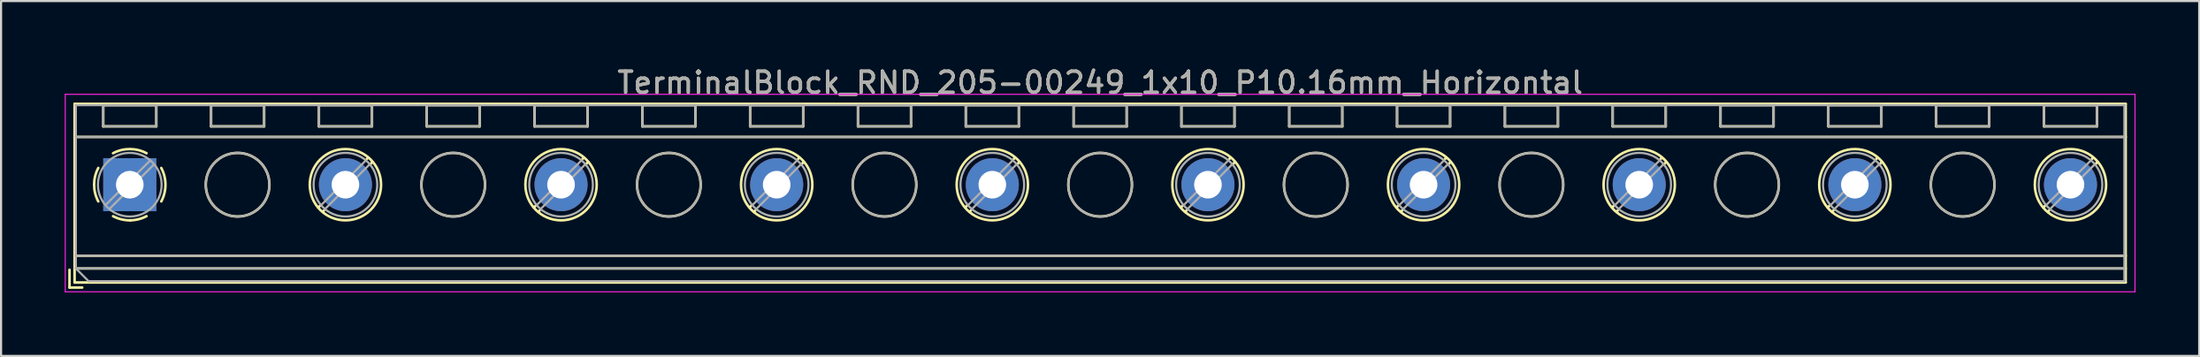
<source format=kicad_pcb>
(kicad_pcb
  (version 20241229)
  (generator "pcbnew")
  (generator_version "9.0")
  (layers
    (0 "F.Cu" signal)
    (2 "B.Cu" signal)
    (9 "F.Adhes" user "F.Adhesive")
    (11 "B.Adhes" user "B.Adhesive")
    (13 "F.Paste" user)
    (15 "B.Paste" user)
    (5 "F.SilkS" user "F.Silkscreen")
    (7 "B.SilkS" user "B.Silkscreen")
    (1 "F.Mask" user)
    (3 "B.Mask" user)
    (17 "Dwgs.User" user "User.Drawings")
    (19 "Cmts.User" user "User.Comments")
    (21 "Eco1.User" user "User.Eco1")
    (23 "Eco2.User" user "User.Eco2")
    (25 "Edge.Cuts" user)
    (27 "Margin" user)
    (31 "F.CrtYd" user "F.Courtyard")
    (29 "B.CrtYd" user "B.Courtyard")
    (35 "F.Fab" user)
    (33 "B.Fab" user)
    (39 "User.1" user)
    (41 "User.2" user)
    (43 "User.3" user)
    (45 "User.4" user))
  (footprint "TerminalBlock_RND_205-00249_1x10_P10.16mm_Horizontal"
    (layer "F.Cu")
    (at 3.065 5.658)
    (property "Reference" "TerminalBlock_RND_205-00249_1x10_P10.16mm_Horizontal" (at 45.72 -4.81 0) (layer "F.SilkS") (effects (font (size 1 1) (thickness 0.15))))
    (attr through_hole)
    (fp_line (start -2.84 4.01) (end -2.84 4.85) (stroke (width 0.12) (type solid)) (layer "F.SilkS"))
    (fp_line (start -2.84 4.85) (end -2.24 4.85) (stroke (width 0.12) (type solid)) (layer "F.SilkS"))
    (fp_line (start -2.6 -3.811) (end -2.6 4.61) (stroke (width 0.12) (type solid)) (layer "F.SilkS"))
    (fp_line (start -2.6 -3.811) (end 94.04 -3.811) (stroke (width 0.12) (type solid)) (layer "F.SilkS"))
    (fp_line (start -2.6 -2.251) (end 94.04 -2.251) (stroke (width 0.12) (type solid)) (layer "F.SilkS"))
    (fp_line (start -2.6 3.35) (end 94.04 3.35) (stroke (width 0.12) (type solid)) (layer "F.SilkS"))
    (fp_line (start -2.6 3.95) (end 94.04 3.95) (stroke (width 0.12) (type solid)) (layer "F.SilkS"))
    (fp_line (start -2.6 4.61) (end 94.04 4.61) (stroke (width 0.12) (type solid)) (layer "F.SilkS"))
    (fp_line (start -1.25 -3.751) (end -1.25 -2.751) (stroke (width 0.12) (type solid)) (layer "F.SilkS"))
    (fp_line (start -1.25 -3.751) (end 1.25 -3.751) (stroke (width 0.12) (type solid)) (layer "F.SilkS"))
    (fp_line (start -1.25 -2.751) (end 1.25 -2.751) (stroke (width 0.12) (type solid)) (layer "F.SilkS"))
    (fp_line (start 1.25 -3.751) (end 1.25 -2.751) (stroke (width 0.12) (type solid)) (layer "F.SilkS"))
    (fp_line (start 3.83 -3.751) (end 3.83 -2.751) (stroke (width 0.12) (type solid)) (layer "F.SilkS"))
    (fp_line (start 3.83 -3.751) (end 6.33 -3.751) (stroke (width 0.12) (type solid)) (layer "F.SilkS"))
    (fp_line (start 3.83 -2.751) (end 6.33 -2.751) (stroke (width 0.12) (type solid)) (layer "F.SilkS"))
    (fp_line (start 6.33 -3.751) (end 6.33 -2.751) (stroke (width 0.12) (type solid)) (layer "F.SilkS"))
    (fp_line (start 8.91 -3.751) (end 8.91 -2.751) (stroke (width 0.12) (type solid)) (layer "F.SilkS"))
    (fp_line (start 8.91 -3.751) (end 11.41 -3.751) (stroke (width 0.12) (type solid)) (layer "F.SilkS"))
    (fp_line (start 8.91 -2.751) (end 11.41 -2.751) (stroke (width 0.12) (type solid)) (layer "F.SilkS"))
    (fp_line (start 8.98 0.976) (end 8.886 1.069) (stroke (width 0.12) (type solid)) (layer "F.SilkS"))
    (fp_line (start 9.15 1.216) (end 9.091 1.274) (stroke (width 0.12) (type solid)) (layer "F.SilkS"))
    (fp_line (start 11.23 -1.275) (end 11.171 -1.216) (stroke (width 0.12) (type solid)) (layer "F.SilkS"))
    (fp_line (start 11.41 -3.751) (end 11.41 -2.751) (stroke (width 0.12) (type solid)) (layer "F.SilkS"))
    (fp_line (start 11.435 -1.069) (end 11.341 -0.976) (stroke (width 0.12) (type solid)) (layer "F.SilkS"))
    (fp_line (start 13.99 -3.751) (end 13.99 -2.751) (stroke (width 0.12) (type solid)) (layer "F.SilkS"))
    (fp_line (start 13.99 -3.751) (end 16.49 -3.751) (stroke (width 0.12) (type solid)) (layer "F.SilkS"))
    (fp_line (start 13.99 -2.751) (end 16.49 -2.751) (stroke (width 0.12) (type solid)) (layer "F.SilkS"))
    (fp_line (start 16.49 -3.751) (end 16.49 -2.751) (stroke (width 0.12) (type solid)) (layer "F.SilkS"))
    (fp_line (start 19.07 -3.751) (end 19.07 -2.751) (stroke (width 0.12) (type solid)) (layer "F.SilkS"))
    (fp_line (start 19.07 -3.751) (end 21.57 -3.751) (stroke (width 0.12) (type solid)) (layer "F.SilkS"))
    (fp_line (start 19.07 -2.751) (end 21.57 -2.751) (stroke (width 0.12) (type solid)) (layer "F.SilkS"))
    (fp_line (start 19.14 0.976) (end 19.046 1.069) (stroke (width 0.12) (type solid)) (layer "F.SilkS"))
    (fp_line (start 19.31 1.216) (end 19.251 1.274) (stroke (width 0.12) (type solid)) (layer "F.SilkS"))
    (fp_line (start 21.39 -1.275) (end 21.331 -1.216) (stroke (width 0.12) (type solid)) (layer "F.SilkS"))
    (fp_line (start 21.57 -3.751) (end 21.57 -2.751) (stroke (width 0.12) (type solid)) (layer "F.SilkS"))
    (fp_line (start 21.595 -1.069) (end 21.501 -0.976) (stroke (width 0.12) (type solid)) (layer "F.SilkS"))
    (fp_line (start 24.15 -3.751) (end 24.15 -2.751) (stroke (width 0.12) (type solid)) (layer "F.SilkS"))
    (fp_line (start 24.15 -3.751) (end 26.65 -3.751) (stroke (width 0.12) (type solid)) (layer "F.SilkS"))
    (fp_line (start 24.15 -2.751) (end 26.65 -2.751) (stroke (width 0.12) (type solid)) (layer "F.SilkS"))
    (fp_line (start 26.65 -3.751) (end 26.65 -2.751) (stroke (width 0.12) (type solid)) (layer "F.SilkS"))
    (fp_line (start 29.23 -3.751) (end 29.23 -2.751) (stroke (width 0.12) (type solid)) (layer "F.SilkS"))
    (fp_line (start 29.23 -3.751) (end 31.73 -3.751) (stroke (width 0.12) (type solid)) (layer "F.SilkS"))
    (fp_line (start 29.23 -2.751) (end 31.73 -2.751) (stroke (width 0.12) (type solid)) (layer "F.SilkS"))
    (fp_line (start 29.3 0.976) (end 29.206 1.069) (stroke (width 0.12) (type solid)) (layer "F.SilkS"))
    (fp_line (start 29.47 1.216) (end 29.411 1.274) (stroke (width 0.12) (type solid)) (layer "F.SilkS"))
    (fp_line (start 31.55 -1.275) (end 31.491 -1.216) (stroke (width 0.12) (type solid)) (layer "F.SilkS"))
    (fp_line (start 31.73 -3.751) (end 31.73 -2.751) (stroke (width 0.12) (type solid)) (layer "F.SilkS"))
    (fp_line (start 31.755 -1.069) (end 31.661 -0.976) (stroke (width 0.12) (type solid)) (layer "F.SilkS"))
    (fp_line (start 34.31 -3.751) (end 34.31 -2.751) (stroke (width 0.12) (type solid)) (layer "F.SilkS"))
    (fp_line (start 34.31 -3.751) (end 36.81 -3.751) (stroke (width 0.12) (type solid)) (layer "F.SilkS"))
    (fp_line (start 34.31 -2.751) (end 36.81 -2.751) (stroke (width 0.12) (type solid)) (layer "F.SilkS"))
    (fp_line (start 36.81 -3.751) (end 36.81 -2.751) (stroke (width 0.12) (type solid)) (layer "F.SilkS"))
    (fp_line (start 39.39 -3.751) (end 39.39 -2.751) (stroke (width 0.12) (type solid)) (layer "F.SilkS"))
    (fp_line (start 39.39 -3.751) (end 41.89 -3.751) (stroke (width 0.12) (type solid)) (layer "F.SilkS"))
    (fp_line (start 39.39 -2.751) (end 41.89 -2.751) (stroke (width 0.12) (type solid)) (layer "F.SilkS"))
    (fp_line (start 39.46 0.976) (end 39.366 1.069) (stroke (width 0.12) (type solid)) (layer "F.SilkS"))
    (fp_line (start 39.63 1.216) (end 39.571 1.274) (stroke (width 0.12) (type solid)) (layer "F.SilkS"))
    (fp_line (start 41.71 -1.275) (end 41.651 -1.216) (stroke (width 0.12) (type solid)) (layer "F.SilkS"))
    (fp_line (start 41.89 -3.751) (end 41.89 -2.751) (stroke (width 0.12) (type solid)) (layer "F.SilkS"))
    (fp_line (start 41.915 -1.069) (end 41.821 -0.976) (stroke (width 0.12) (type solid)) (layer "F.SilkS"))
    (fp_line (start 44.47 -3.751) (end 44.47 -2.751) (stroke (width 0.12) (type solid)) (layer "F.SilkS"))
    (fp_line (start 44.47 -3.751) (end 46.97 -3.751) (stroke (width 0.12) (type solid)) (layer "F.SilkS"))
    (fp_line (start 44.47 -2.751) (end 46.97 -2.751) (stroke (width 0.12) (type solid)) (layer "F.SilkS"))
    (fp_line (start 46.97 -3.751) (end 46.97 -2.751) (stroke (width 0.12) (type solid)) (layer "F.SilkS"))
    (fp_line (start 49.55 -3.751) (end 49.55 -2.751) (stroke (width 0.12) (type solid)) (layer "F.SilkS"))
    (fp_line (start 49.55 -3.751) (end 52.05 -3.751) (stroke (width 0.12) (type solid)) (layer "F.SilkS"))
    (fp_line (start 49.55 -2.751) (end 52.05 -2.751) (stroke (width 0.12) (type solid)) (layer "F.SilkS"))
    (fp_line (start 49.62 0.976) (end 49.526 1.069) (stroke (width 0.12) (type solid)) (layer "F.SilkS"))
    (fp_line (start 49.79 1.216) (end 49.731 1.274) (stroke (width 0.12) (type solid)) (layer "F.SilkS"))
    (fp_line (start 51.87 -1.275) (end 51.811 -1.216) (stroke (width 0.12) (type solid)) (layer "F.SilkS"))
    (fp_line (start 52.05 -3.751) (end 52.05 -2.751) (stroke (width 0.12) (type solid)) (layer "F.SilkS"))
    (fp_line (start 52.075 -1.069) (end 51.981 -0.976) (stroke (width 0.12) (type solid)) (layer "F.SilkS"))
    (fp_line (start 54.63 -3.751) (end 54.63 -2.751) (stroke (width 0.12) (type solid)) (layer "F.SilkS"))
    (fp_line (start 54.63 -3.751) (end 57.13 -3.751) (stroke (width 0.12) (type solid)) (layer "F.SilkS"))
    (fp_line (start 54.63 -2.751) (end 57.13 -2.751) (stroke (width 0.12) (type solid)) (layer "F.SilkS"))
    (fp_line (start 57.13 -3.751) (end 57.13 -2.751) (stroke (width 0.12) (type solid)) (layer "F.SilkS"))
    (fp_line (start 59.71 -3.751) (end 59.71 -2.751) (stroke (width 0.12) (type solid)) (layer "F.SilkS"))
    (fp_line (start 59.71 -3.751) (end 62.21 -3.751) (stroke (width 0.12) (type solid)) (layer "F.SilkS"))
    (fp_line (start 59.71 -2.751) (end 62.21 -2.751) (stroke (width 0.12) (type solid)) (layer "F.SilkS"))
    (fp_line (start 59.78 0.976) (end 59.686 1.069) (stroke (width 0.12) (type solid)) (layer "F.SilkS"))
    (fp_line (start 59.95 1.216) (end 59.891 1.274) (stroke (width 0.12) (type solid)) (layer "F.SilkS"))
    (fp_line (start 62.03 -1.275) (end 61.971 -1.216) (stroke (width 0.12) (type solid)) (layer "F.SilkS"))
    (fp_line (start 62.21 -3.751) (end 62.21 -2.751) (stroke (width 0.12) (type solid)) (layer "F.SilkS"))
    (fp_line (start 62.235 -1.069) (end 62.141 -0.976) (stroke (width 0.12) (type solid)) (layer "F.SilkS"))
    (fp_line (start 64.791 -3.751) (end 64.791 -2.751) (stroke (width 0.12) (type solid)) (layer "F.SilkS"))
    (fp_line (start 64.791 -3.751) (end 67.29 -3.751) (stroke (width 0.12) (type solid)) (layer "F.SilkS"))
    (fp_line (start 64.791 -2.751) (end 67.29 -2.751) (stroke (width 0.12) (type solid)) (layer "F.SilkS"))
    (fp_line (start 67.29 -3.751) (end 67.29 -2.751) (stroke (width 0.12) (type solid)) (layer "F.SilkS"))
    (fp_line (start 69.87 -3.751) (end 69.87 -2.751) (stroke (width 0.12) (type solid)) (layer "F.SilkS"))
    (fp_line (start 69.87 -3.751) (end 72.37 -3.751) (stroke (width 0.12) (type solid)) (layer "F.SilkS"))
    (fp_line (start 69.87 -2.751) (end 72.37 -2.751) (stroke (width 0.12) (type solid)) (layer "F.SilkS"))
    (fp_line (start 69.94 0.976) (end 69.846 1.069) (stroke (width 0.12) (type solid)) (layer "F.SilkS"))
    (fp_line (start 70.11 1.216) (end 70.051 1.274) (stroke (width 0.12) (type solid)) (layer "F.SilkS"))
    (fp_line (start 72.19 -1.275) (end 72.131 -1.216) (stroke (width 0.12) (type solid)) (layer "F.SilkS"))
    (fp_line (start 72.37 -3.751) (end 72.37 -2.751) (stroke (width 0.12) (type solid)) (layer "F.SilkS"))
    (fp_line (start 72.395 -1.069) (end 72.301 -0.976) (stroke (width 0.12) (type solid)) (layer "F.SilkS"))
    (fp_line (start 74.95 -3.751) (end 74.95 -2.751) (stroke (width 0.12) (type solid)) (layer "F.SilkS"))
    (fp_line (start 74.95 -3.751) (end 77.45 -3.751) (stroke (width 0.12) (type solid)) (layer "F.SilkS"))
    (fp_line (start 74.95 -2.751) (end 77.45 -2.751) (stroke (width 0.12) (type solid)) (layer "F.SilkS"))
    (fp_line (start 77.45 -3.751) (end 77.45 -2.751) (stroke (width 0.12) (type solid)) (layer "F.SilkS"))
    (fp_line (start 80.03 -3.751) (end 80.03 -2.751) (stroke (width 0.12) (type solid)) (layer "F.SilkS"))
    (fp_line (start 80.03 -3.751) (end 82.53 -3.751) (stroke (width 0.12) (type solid)) (layer "F.SilkS"))
    (fp_line (start 80.03 -2.751) (end 82.53 -2.751) (stroke (width 0.12) (type solid)) (layer "F.SilkS"))
    (fp_line (start 80.1 0.976) (end 80.006 1.069) (stroke (width 0.12) (type solid)) (layer "F.SilkS"))
    (fp_line (start 80.27 1.216) (end 80.211 1.274) (stroke (width 0.12) (type solid)) (layer "F.SilkS"))
    (fp_line (start 82.35 -1.275) (end 82.291 -1.216) (stroke (width 0.12) (type solid)) (layer "F.SilkS"))
    (fp_line (start 82.53 -3.751) (end 82.53 -2.751) (stroke (width 0.12) (type solid)) (layer "F.SilkS"))
    (fp_line (start 82.555 -1.069) (end 82.461 -0.976) (stroke (width 0.12) (type solid)) (layer "F.SilkS"))
    (fp_line (start 85.11 -3.751) (end 85.11 -2.751) (stroke (width 0.12) (type solid)) (layer "F.SilkS"))
    (fp_line (start 85.11 -3.751) (end 87.61 -3.751) (stroke (width 0.12) (type solid)) (layer "F.SilkS"))
    (fp_line (start 85.11 -2.751) (end 87.61 -2.751) (stroke (width 0.12) (type solid)) (layer "F.SilkS"))
    (fp_line (start 87.61 -3.751) (end 87.61 -2.751) (stroke (width 0.12) (type solid)) (layer "F.SilkS"))
    (fp_line (start 90.19 -3.751) (end 90.19 -2.751) (stroke (width 0.12) (type solid)) (layer "F.SilkS"))
    (fp_line (start 90.19 -3.751) (end 92.69 -3.751) (stroke (width 0.12) (type solid)) (layer "F.SilkS"))
    (fp_line (start 90.19 -2.751) (end 92.69 -2.751) (stroke (width 0.12) (type solid)) (layer "F.SilkS"))
    (fp_line (start 90.26 0.976) (end 90.166 1.069) (stroke (width 0.12) (type solid)) (layer "F.SilkS"))
    (fp_line (start 90.43 1.216) (end 90.371 1.274) (stroke (width 0.12) (type solid)) (layer "F.SilkS"))
    (fp_line (start 92.51 -1.275) (end 92.451 -1.216) (stroke (width 0.12) (type solid)) (layer "F.SilkS"))
    (fp_line (start 92.69 -3.751) (end 92.69 -2.751) (stroke (width 0.12) (type solid)) (layer "F.SilkS"))
    (fp_line (start 92.715 -1.069) (end 92.621 -0.976) (stroke (width 0.12) (type solid)) (layer "F.SilkS"))
    (fp_line (start 94.04 -3.811) (end 94.04 4.61) (stroke (width 0.12) (type solid)) (layer "F.SilkS"))
    (fp_arc (start -1.483953 0.789089) (mid -1.680708 0.00005) (end -1.484 -0.789) (stroke (width 0.12) (type solid)) (layer "F.SilkS"))
    (fp_arc (start -0.789089 -1.483953) (mid -0.00005 -1.680708) (end 0.789 -1.484) (stroke (width 0.12) (type solid)) (layer "F.SilkS"))
    (fp_arc (start 0.029383 1.68045) (mid -0.392304 1.634281) (end -0.789 1.484) (stroke (width 0.12) (type solid)) (layer "F.SilkS"))
    (fp_arc (start 0.788712 1.483352) (mid 0.406429 1.630097) (end 0 1.68) (stroke (width 0.12) (type solid)) (layer "F.SilkS"))
    (fp_arc (start 1.483953 -0.789089) (mid 1.680708 -0.00005) (end 1.484 0.789) (stroke (width 0.12) (type solid)) (layer "F.SilkS"))
    (fp_circle (center 5.08 0) (end 6.58 0) (stroke (width 0.12) (type solid)) (fill no) (layer "F.SilkS"))
    (fp_circle (center 10.16 0) (end 11.84 0) (stroke (width 0.12) (type solid)) (fill no) (layer "F.SilkS"))
    (fp_circle (center 15.24 0) (end 16.74 0) (stroke (width 0.12) (type solid)) (fill no) (layer "F.SilkS"))
    (fp_circle (center 20.32 0) (end 22 0) (stroke (width 0.12) (type solid)) (fill no) (layer "F.SilkS"))
    (fp_circle (center 25.4 0) (end 26.9 0) (stroke (width 0.12) (type solid)) (fill no) (layer "F.SilkS"))
    (fp_circle (center 30.48 0) (end 32.16 0) (stroke (width 0.12) (type solid)) (fill no) (layer "F.SilkS"))
    (fp_circle (center 35.56 0) (end 37.06 0) (stroke (width 0.12) (type solid)) (fill no) (layer "F.SilkS"))
    (fp_circle (center 40.64 0) (end 42.32 0) (stroke (width 0.12) (type solid)) (fill no) (layer "F.SilkS"))
    (fp_circle (center 45.72 0) (end 47.22 0) (stroke (width 0.12) (type solid)) (fill no) (layer "F.SilkS"))
    (fp_circle (center 50.8 0) (end 52.48 0) (stroke (width 0.12) (type solid)) (fill no) (layer "F.SilkS"))
    (fp_circle (center 55.88 0) (end 57.38 0) (stroke (width 0.12) (type solid)) (fill no) (layer "F.SilkS"))
    (fp_circle (center 60.96 0) (end 62.64 0) (stroke (width 0.12) (type solid)) (fill no) (layer "F.SilkS"))
    (fp_circle (center 66.04 0) (end 67.54 0) (stroke (width 0.12) (type solid)) (fill no) (layer "F.SilkS"))
    (fp_circle (center 71.12 0) (end 72.8 0) (stroke (width 0.12) (type solid)) (fill no) (layer "F.SilkS"))
    (fp_circle (center 76.2 0) (end 77.7 0) (stroke (width 0.12) (type solid)) (fill no) (layer "F.SilkS"))
    (fp_circle (center 81.28 0) (end 82.96 0) (stroke (width 0.12) (type solid)) (fill no) (layer "F.SilkS"))
    (fp_circle (center 86.36 0) (end 87.86 0) (stroke (width 0.12) (type solid)) (fill no) (layer "F.SilkS"))
    (fp_circle (center 91.44 0) (end 93.12 0) (stroke (width 0.12) (type solid)) (fill no) (layer "F.SilkS"))
    (fp_line (start -3.04 -4.26) (end -3.04 5.05) (stroke (width 0.05) (type solid)) (layer "F.CrtYd"))
    (fp_line (start -3.04 5.05) (end 94.48 5.05) (stroke (width 0.05) (type solid)) (layer "F.CrtYd"))
    (fp_line (start 94.48 -4.26) (end -3.04 -4.26) (stroke (width 0.05) (type solid)) (layer "F.CrtYd"))
    (fp_line (start 94.48 5.05) (end 94.48 -4.26) (stroke (width 0.05) (type solid)) (layer "F.CrtYd"))
    (fp_line (start -2.54 -3.75) (end 93.98 -3.75) (stroke (width 0.1) (type solid)) (layer "F.Fab"))
    (fp_line (start -2.54 -2.25) (end 93.98 -2.25) (stroke (width 0.1) (type solid)) (layer "F.Fab"))
    (fp_line (start -2.54 3.35) (end 93.98 3.35) (stroke (width 0.1) (type solid)) (layer "F.Fab"))
    (fp_line (start -2.54 3.95) (end -2.54 -3.75) (stroke (width 0.1) (type solid)) (layer "F.Fab"))
    (fp_line (start -2.54 3.95) (end 93.98 3.95) (stroke (width 0.1) (type solid)) (layer "F.Fab"))
    (fp_line (start -1.94 4.55) (end -2.54 3.95) (stroke (width 0.1) (type solid)) (layer "F.Fab"))
    (fp_line (start -1.25 -3.75) (end -1.25 -2.75) (stroke (width 0.1) (type solid)) (layer "F.Fab"))
    (fp_line (start -1.25 -2.75) (end 1.25 -2.75) (stroke (width 0.1) (type solid)) (layer "F.Fab"))
    (fp_line (start 0.955 -1.138) (end -1.138 0.955) (stroke (width 0.1) (type solid)) (layer "F.Fab"))
    (fp_line (start 1.138 -0.955) (end -0.955 1.138) (stroke (width 0.1) (type solid)) (layer "F.Fab"))
    (fp_line (start 1.25 -3.75) (end -1.25 -3.75) (stroke (width 0.1) (type solid)) (layer "F.Fab"))
    (fp_line (start 1.25 -2.75) (end 1.25 -3.75) (stroke (width 0.1) (type solid)) (layer "F.Fab"))
    (fp_line (start 3.83 -3.75) (end 3.83 -2.75) (stroke (width 0.1) (type solid)) (layer "F.Fab"))
    (fp_line (start 3.83 -2.75) (end 6.33 -2.75) (stroke (width 0.1) (type solid)) (layer "F.Fab"))
    (fp_line (start 6.33 -3.75) (end 3.83 -3.75) (stroke (width 0.1) (type solid)) (layer "F.Fab"))
    (fp_line (start 6.33 -2.75) (end 6.33 -3.75) (stroke (width 0.1) (type solid)) (layer "F.Fab"))
    (fp_line (start 8.91 -3.75) (end 8.91 -2.75) (stroke (width 0.1) (type solid)) (layer "F.Fab"))
    (fp_line (start 8.91 -2.75) (end 11.41 -2.75) (stroke (width 0.1) (type solid)) (layer "F.Fab"))
    (fp_line (start 11.115 -1.138) (end 9.023 0.955) (stroke (width 0.1) (type solid)) (layer "F.Fab"))
    (fp_line (start 11.298 -0.955) (end 9.206 1.138) (stroke (width 0.1) (type solid)) (layer "F.Fab"))
    (fp_line (start 11.41 -3.75) (end 8.91 -3.75) (stroke (width 0.1) (type solid)) (layer "F.Fab"))
    (fp_line (start 11.41 -2.75) (end 11.41 -3.75) (stroke (width 0.1) (type solid)) (layer "F.Fab"))
    (fp_line (start 13.99 -3.75) (end 13.99 -2.75) (stroke (width 0.1) (type solid)) (layer "F.Fab"))
    (fp_line (start 13.99 -2.75) (end 16.49 -2.75) (stroke (width 0.1) (type solid)) (layer "F.Fab"))
    (fp_line (start 16.49 -3.75) (end 13.99 -3.75) (stroke (width 0.1) (type solid)) (layer "F.Fab"))
    (fp_line (start 16.49 -2.75) (end 16.49 -3.75) (stroke (width 0.1) (type solid)) (layer "F.Fab"))
    (fp_line (start 19.07 -3.75) (end 19.07 -2.75) (stroke (width 0.1) (type solid)) (layer "F.Fab"))
    (fp_line (start 19.07 -2.75) (end 21.57 -2.75) (stroke (width 0.1) (type solid)) (layer "F.Fab"))
    (fp_line (start 21.275 -1.138) (end 19.183 0.955) (stroke (width 0.1) (type solid)) (layer "F.Fab"))
    (fp_line (start 21.458 -0.955) (end 19.366 1.138) (stroke (width 0.1) (type solid)) (layer "F.Fab"))
    (fp_line (start 21.57 -3.75) (end 19.07 -3.75) (stroke (width 0.1) (type solid)) (layer "F.Fab"))
    (fp_line (start 21.57 -2.75) (end 21.57 -3.75) (stroke (width 0.1) (type solid)) (layer "F.Fab"))
    (fp_line (start 24.15 -3.75) (end 24.15 -2.75) (stroke (width 0.1) (type solid)) (layer "F.Fab"))
    (fp_line (start 24.15 -2.75) (end 26.65 -2.75) (stroke (width 0.1) (type solid)) (layer "F.Fab"))
    (fp_line (start 26.65 -3.75) (end 24.15 -3.75) (stroke (width 0.1) (type solid)) (layer "F.Fab"))
    (fp_line (start 26.65 -2.75) (end 26.65 -3.75) (stroke (width 0.1) (type solid)) (layer "F.Fab"))
    (fp_line (start 29.23 -3.75) (end 29.23 -2.75) (stroke (width 0.1) (type solid)) (layer "F.Fab"))
    (fp_line (start 29.23 -2.75) (end 31.73 -2.75) (stroke (width 0.1) (type solid)) (layer "F.Fab"))
    (fp_line (start 31.435 -1.138) (end 29.343 0.955) (stroke (width 0.1) (type solid)) (layer "F.Fab"))
    (fp_line (start 31.618 -0.955) (end 29.526 1.138) (stroke (width 0.1) (type solid)) (layer "F.Fab"))
    (fp_line (start 31.73 -3.75) (end 29.23 -3.75) (stroke (width 0.1) (type solid)) (layer "F.Fab"))
    (fp_line (start 31.73 -2.75) (end 31.73 -3.75) (stroke (width 0.1) (type solid)) (layer "F.Fab"))
    (fp_line (start 34.31 -3.75) (end 34.31 -2.75) (stroke (width 0.1) (type solid)) (layer "F.Fab"))
    (fp_line (start 34.31 -2.75) (end 36.81 -2.75) (stroke (width 0.1) (type solid)) (layer "F.Fab"))
    (fp_line (start 36.81 -3.75) (end 34.31 -3.75) (stroke (width 0.1) (type solid)) (layer "F.Fab"))
    (fp_line (start 36.81 -2.75) (end 36.81 -3.75) (stroke (width 0.1) (type solid)) (layer "F.Fab"))
    (fp_line (start 39.39 -3.75) (end 39.39 -2.75) (stroke (width 0.1) (type solid)) (layer "F.Fab"))
    (fp_line (start 39.39 -2.75) (end 41.89 -2.75) (stroke (width 0.1) (type solid)) (layer "F.Fab"))
    (fp_line (start 41.595 -1.138) (end 39.503 0.955) (stroke (width 0.1) (type solid)) (layer "F.Fab"))
    (fp_line (start 41.778 -0.955) (end 39.686 1.138) (stroke (width 0.1) (type solid)) (layer "F.Fab"))
    (fp_line (start 41.89 -3.75) (end 39.39 -3.75) (stroke (width 0.1) (type solid)) (layer "F.Fab"))
    (fp_line (start 41.89 -2.75) (end 41.89 -3.75) (stroke (width 0.1) (type solid)) (layer "F.Fab"))
    (fp_line (start 44.47 -3.75) (end 44.47 -2.75) (stroke (width 0.1) (type solid)) (layer "F.Fab"))
    (fp_line (start 44.47 -2.75) (end 46.97 -2.75) (stroke (width 0.1) (type solid)) (layer "F.Fab"))
    (fp_line (start 46.97 -3.75) (end 44.47 -3.75) (stroke (width 0.1) (type solid)) (layer "F.Fab"))
    (fp_line (start 46.97 -2.75) (end 46.97 -3.75) (stroke (width 0.1) (type solid)) (layer "F.Fab"))
    (fp_line (start 49.55 -3.75) (end 49.55 -2.75) (stroke (width 0.1) (type solid)) (layer "F.Fab"))
    (fp_line (start 49.55 -2.75) (end 52.05 -2.75) (stroke (width 0.1) (type solid)) (layer "F.Fab"))
    (fp_line (start 51.755 -1.138) (end 49.663 0.955) (stroke (width 0.1) (type solid)) (layer "F.Fab"))
    (fp_line (start 51.938 -0.955) (end 49.846 1.138) (stroke (width 0.1) (type solid)) (layer "F.Fab"))
    (fp_line (start 52.05 -3.75) (end 49.55 -3.75) (stroke (width 0.1) (type solid)) (layer "F.Fab"))
    (fp_line (start 52.05 -2.75) (end 52.05 -3.75) (stroke (width 0.1) (type solid)) (layer "F.Fab"))
    (fp_line (start 54.63 -3.75) (end 54.63 -2.75) (stroke (width 0.1) (type solid)) (layer "F.Fab"))
    (fp_line (start 54.63 -2.75) (end 57.13 -2.75) (stroke (width 0.1) (type solid)) (layer "F.Fab"))
    (fp_line (start 57.13 -3.75) (end 54.63 -3.75) (stroke (width 0.1) (type solid)) (layer "F.Fab"))
    (fp_line (start 57.13 -2.75) (end 57.13 -3.75) (stroke (width 0.1) (type solid)) (layer "F.Fab"))
    (fp_line (start 59.71 -3.75) (end 59.71 -2.75) (stroke (width 0.1) (type solid)) (layer "F.Fab"))
    (fp_line (start 59.71 -2.75) (end 62.21 -2.75) (stroke (width 0.1) (type solid)) (layer "F.Fab"))
    (fp_line (start 61.915 -1.138) (end 59.823 0.955) (stroke (width 0.1) (type solid)) (layer "F.Fab"))
    (fp_line (start 62.098 -0.955) (end 60.006 1.138) (stroke (width 0.1) (type solid)) (layer "F.Fab"))
    (fp_line (start 62.21 -3.75) (end 59.71 -3.75) (stroke (width 0.1) (type solid)) (layer "F.Fab"))
    (fp_line (start 62.21 -2.75) (end 62.21 -3.75) (stroke (width 0.1) (type solid)) (layer "F.Fab"))
    (fp_line (start 64.79 -3.75) (end 64.79 -2.75) (stroke (width 0.1) (type solid)) (layer "F.Fab"))
    (fp_line (start 64.79 -2.75) (end 67.29 -2.75) (stroke (width 0.1) (type solid)) (layer "F.Fab"))
    (fp_line (start 67.29 -3.75) (end 64.79 -3.75) (stroke (width 0.1) (type solid)) (layer "F.Fab"))
    (fp_line (start 67.29 -2.75) (end 67.29 -3.75) (stroke (width 0.1) (type solid)) (layer "F.Fab"))
    (fp_line (start 69.87 -3.75) (end 69.87 -2.75) (stroke (width 0.1) (type solid)) (layer "F.Fab"))
    (fp_line (start 69.87 -2.75) (end 72.37 -2.75) (stroke (width 0.1) (type solid)) (layer "F.Fab"))
    (fp_line (start 72.075 -1.138) (end 69.983 0.955) (stroke (width 0.1) (type solid)) (layer "F.Fab"))
    (fp_line (start 72.258 -0.955) (end 70.166 1.138) (stroke (width 0.1) (type solid)) (layer "F.Fab"))
    (fp_line (start 72.37 -3.75) (end 69.87 -3.75) (stroke (width 0.1) (type solid)) (layer "F.Fab"))
    (fp_line (start 72.37 -2.75) (end 72.37 -3.75) (stroke (width 0.1) (type solid)) (layer "F.Fab"))
    (fp_line (start 74.95 -3.75) (end 74.95 -2.75) (stroke (width 0.1) (type solid)) (layer "F.Fab"))
    (fp_line (start 74.95 -2.75) (end 77.45 -2.75) (stroke (width 0.1) (type solid)) (layer "F.Fab"))
    (fp_line (start 77.45 -3.75) (end 74.95 -3.75) (stroke (width 0.1) (type solid)) (layer "F.Fab"))
    (fp_line (start 77.45 -2.75) (end 77.45 -3.75) (stroke (width 0.1) (type solid)) (layer "F.Fab"))
    (fp_line (start 80.03 -3.75) (end 80.03 -2.75) (stroke (width 0.1) (type solid)) (layer "F.Fab"))
    (fp_line (start 80.03 -2.75) (end 82.53 -2.75) (stroke (width 0.1) (type solid)) (layer "F.Fab"))
    (fp_line (start 82.235 -1.138) (end 80.143 0.955) (stroke (width 0.1) (type solid)) (layer "F.Fab"))
    (fp_line (start 82.418 -0.955) (end 80.326 1.138) (stroke (width 0.1) (type solid)) (layer "F.Fab"))
    (fp_line (start 82.53 -3.75) (end 80.03 -3.75) (stroke (width 0.1) (type solid)) (layer "F.Fab"))
    (fp_line (start 82.53 -2.75) (end 82.53 -3.75) (stroke (width 0.1) (type solid)) (layer "F.Fab"))
    (fp_line (start 85.11 -3.75) (end 85.11 -2.75) (stroke (width 0.1) (type solid)) (layer "F.Fab"))
    (fp_line (start 85.11 -2.75) (end 87.61 -2.75) (stroke (width 0.1) (type solid)) (layer "F.Fab"))
    (fp_line (start 87.61 -3.75) (end 85.11 -3.75) (stroke (width 0.1) (type solid)) (layer "F.Fab"))
    (fp_line (start 87.61 -2.75) (end 87.61 -3.75) (stroke (width 0.1) (type solid)) (layer "F.Fab"))
    (fp_line (start 90.19 -3.75) (end 90.19 -2.75) (stroke (width 0.1) (type solid)) (layer "F.Fab"))
    (fp_line (start 90.19 -2.75) (end 92.69 -2.75) (stroke (width 0.1) (type solid)) (layer "F.Fab"))
    (fp_line (start 92.395 -1.138) (end 90.303 0.955) (stroke (width 0.1) (type solid)) (layer "F.Fab"))
    (fp_line (start 92.578 -0.955) (end 90.486 1.138) (stroke (width 0.1) (type solid)) (layer "F.Fab"))
    (fp_line (start 92.69 -3.75) (end 90.19 -3.75) (stroke (width 0.1) (type solid)) (layer "F.Fab"))
    (fp_line (start 92.69 -2.75) (end 92.69 -3.75) (stroke (width 0.1) (type solid)) (layer "F.Fab"))
    (fp_line (start 93.98 -3.75) (end 93.98 4.55) (stroke (width 0.1) (type solid)) (layer "F.Fab"))
    (fp_line (start 93.98 4.55) (end -1.94 4.55) (stroke (width 0.1) (type solid)) (layer "F.Fab"))
    (fp_circle (center 0 0) (end 1.5 0) (stroke (width 0.1) (type solid)) (fill no) (layer "F.Fab"))
    (fp_circle (center 5.08 0) (end 6.58 0) (stroke (width 0.1) (type solid)) (fill no) (layer "F.Fab"))
    (fp_circle (center 10.16 0) (end 11.66 0) (stroke (width 0.1) (type solid)) (fill no) (layer "F.Fab"))
    (fp_circle (center 15.24 0) (end 16.74 0) (stroke (width 0.1) (type solid)) (fill no) (layer "F.Fab"))
    (fp_circle (center 20.32 0) (end 21.82 0) (stroke (width 0.1) (type solid)) (fill no) (layer "F.Fab"))
    (fp_circle (center 25.4 0) (end 26.9 0) (stroke (width 0.1) (type solid)) (fill no) (layer "F.Fab"))
    (fp_circle (center 30.48 0) (end 31.98 0) (stroke (width 0.1) (type solid)) (fill no) (layer "F.Fab"))
    (fp_circle (center 35.56 0) (end 37.06 0) (stroke (width 0.1) (type solid)) (fill no) (layer "F.Fab"))
    (fp_circle (center 40.64 0) (end 42.14 0) (stroke (width 0.1) (type solid)) (fill no) (layer "F.Fab"))
    (fp_circle (center 45.72 0) (end 47.22 0) (stroke (width 0.1) (type solid)) (fill no) (layer "F.Fab"))
    (fp_circle (center 50.8 0) (end 52.3 0) (stroke (width 0.1) (type solid)) (fill no) (layer "F.Fab"))
    (fp_circle (center 55.88 0) (end 57.38 0) (stroke (width 0.1) (type solid)) (fill no) (layer "F.Fab"))
    (fp_circle (center 60.96 0) (end 62.46 0) (stroke (width 0.1) (type solid)) (fill no) (layer "F.Fab"))
    (fp_circle (center 66.04 0) (end 67.54 0) (stroke (width 0.1) (type solid)) (fill no) (layer "F.Fab"))
    (fp_circle (center 71.12 0) (end 72.62 0) (stroke (width 0.1) (type solid)) (fill no) (layer "F.Fab"))
    (fp_circle (center 76.2 0) (end 77.7 0) (stroke (width 0.1) (type solid)) (fill no) (layer "F.Fab"))
    (fp_circle (center 81.28 0) (end 82.78 0) (stroke (width 0.1) (type solid)) (fill no) (layer "F.Fab"))
    (fp_circle (center 86.36 0) (end 87.86 0) (stroke (width 0.1) (type solid)) (fill no) (layer "F.Fab"))
    (fp_circle (center 91.44 0) (end 92.94 0) (stroke (width 0.1) (type solid)) (fill no) (layer "F.Fab"))
    (fp_text user "${REFERENCE}" (at 45.72 -4.81 0) (layer "F.Fab") (effects (font (size 1 1) (thickness 0.15))))
    (pad "1" thru_hole rect (at 0 0) (size 2.5 2.5) (drill 1.3) (layers "*.Cu" "*.Mask"))
    (pad "2" thru_hole circle (at 10.16 0) (size 2.5 2.5) (drill 1.3) (layers "*.Cu" "*.Mask"))
    (pad "3" thru_hole circle (at 20.32 0) (size 2.5 2.5) (drill 1.3) (layers "*.Cu" "*.Mask"))
    (pad "4" thru_hole circle (at 30.48 0) (size 2.5 2.5) (drill 1.3) (layers "*.Cu" "*.Mask"))
    (pad "5" thru_hole circle (at 40.64 0) (size 2.5 2.5) (drill 1.3) (layers "*.Cu" "*.Mask"))
    (pad "6" thru_hole circle (at 50.8 0) (size 2.5 2.5) (drill 1.3) (layers "*.Cu" "*.Mask"))
    (pad "7" thru_hole circle (at 60.96 0) (size 2.5 2.5) (drill 1.3) (layers "*.Cu" "*.Mask"))
    (pad "8" thru_hole circle (at 71.12 0) (size 2.5 2.5) (drill 1.3) (layers "*.Cu" "*.Mask"))
    (pad "9" thru_hole circle (at 81.28 0) (size 2.5 2.5) (drill 1.3) (layers "*.Cu" "*.Mask"))
    (pad "10" thru_hole circle (at 91.44 0) (size 2.5 2.5) (drill 1.3) (layers "*.Cu" "*.Mask")))
  (gr_rect
    (start -3 -3)
    (end 100.57 13.733)
    (stroke (width 0.1) (type default))
    (fill no)
    (layer "Edge.Cuts")))
</source>
